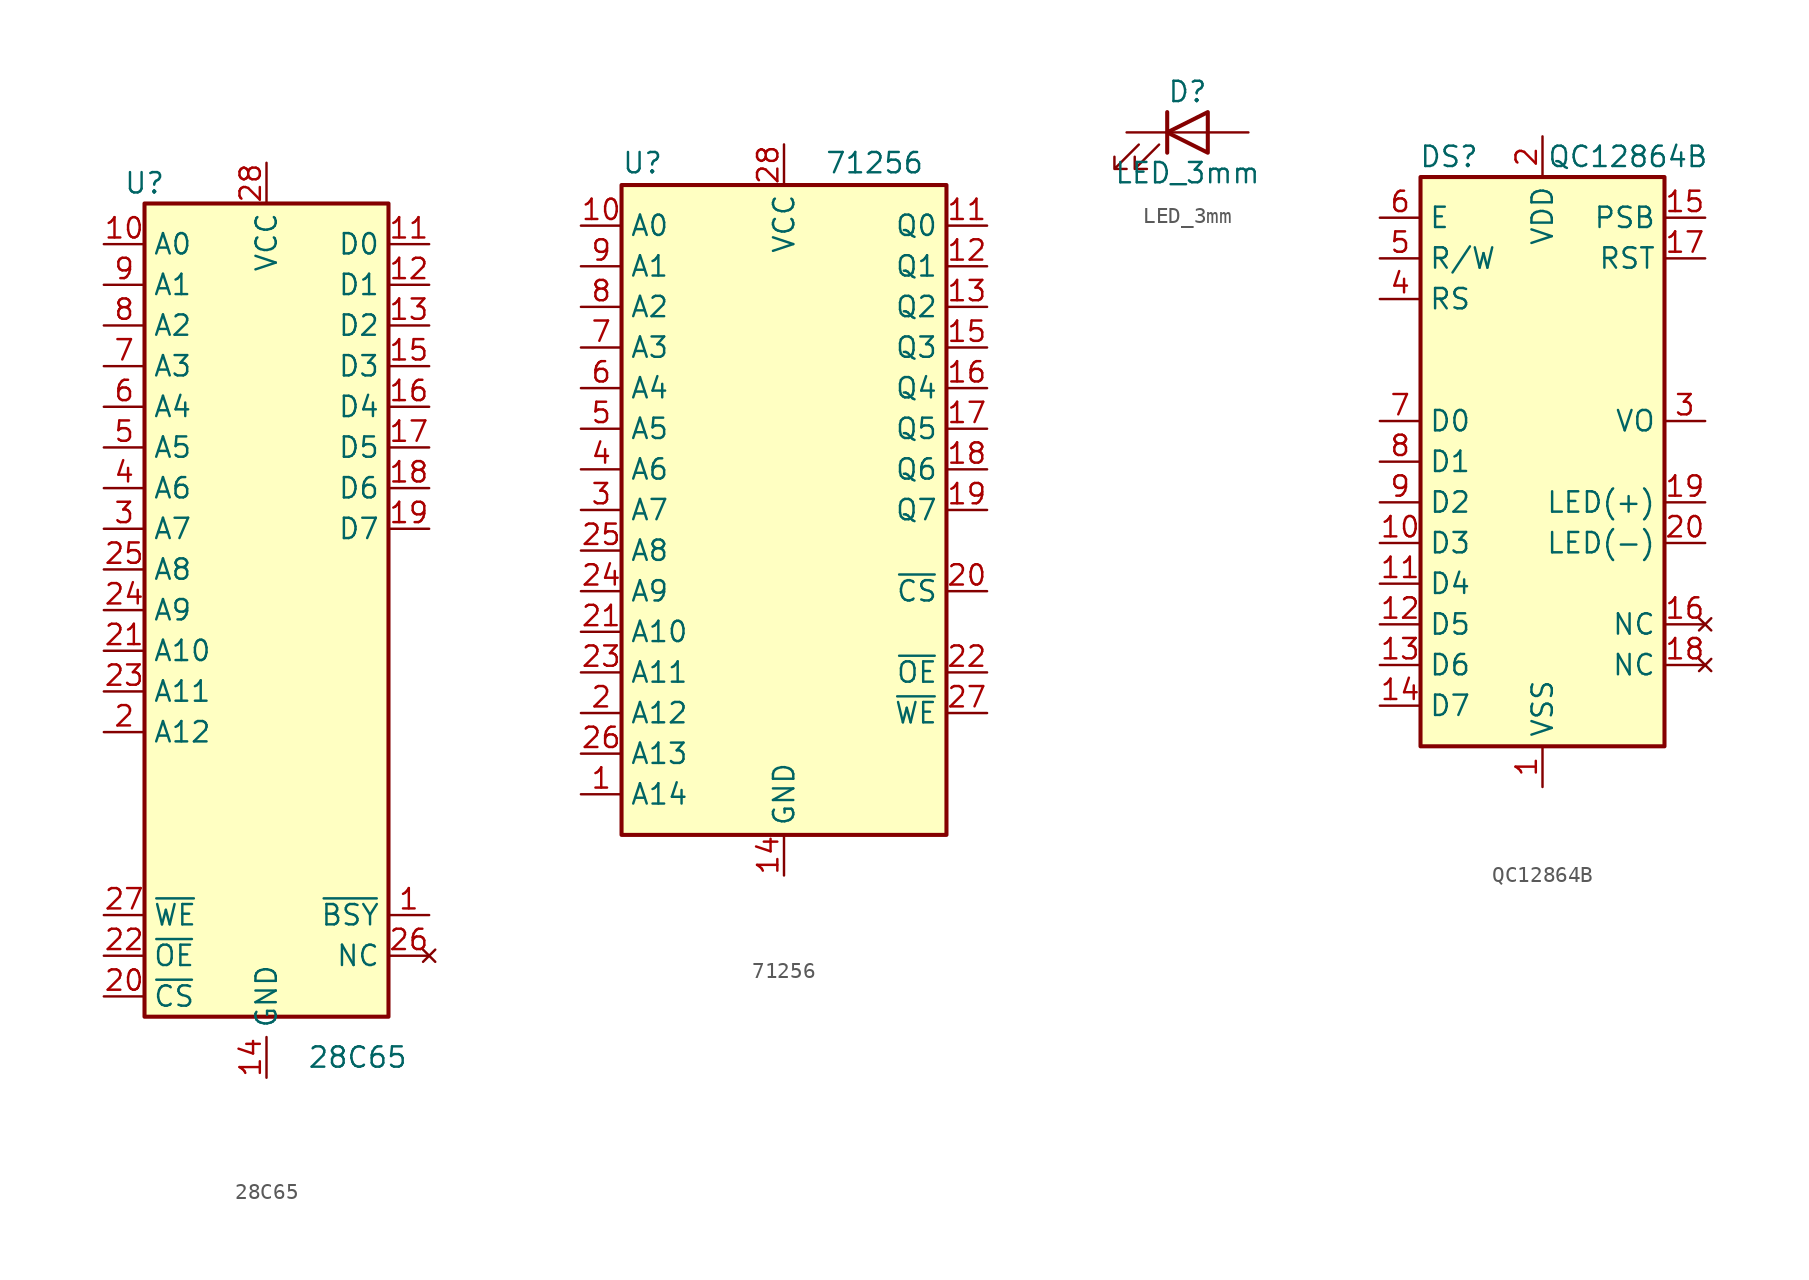
<source format=kicad_sym>
(kicad_symbol_lib
  (version 20220914)
  (generator kicad_symbol_editor)
  (symbol "28C65"
    (property "Reference" "U"
      (at -7.62 26.67 0)
      (effects (font (size 1.27 1.27))))
    (property "Value" "28C65"
      (at 2.54 -27.94 0)
      (effects (font (size 1.27 1.27)) (justify left)))
    (symbol "28C65_1_1"
      (rectangle (start -7.62 25.4) (end 7.62 -25.4) (stroke (width 0.254) (type default)) (fill (type background)))
      (pin output line (at 10.16 -19.05 180) (length 2.54) (name "~{BSY}" (effects (font (size 1.27 1.27)))) (number "1" (effects (font (size 1.27 1.27)))))
      (pin input line (at -10.16 22.86 0) (length 2.54) (name "A0" (effects (font (size 1.27 1.27)))) (number "10" (effects (font (size 1.27 1.27)))))
      (pin tri_state line (at 10.16 22.86 180) (length 2.54) (name "D0" (effects (font (size 1.27 1.27)))) (number "11" (effects (font (size 1.27 1.27)))))
      (pin tri_state line (at 10.16 20.32 180) (length 2.54) (name "D1" (effects (font (size 1.27 1.27)))) (number "12" (effects (font (size 1.27 1.27)))))
      (pin tri_state line (at 10.16 17.78 180) (length 2.54) (name "D2" (effects (font (size 1.27 1.27)))) (number "13" (effects (font (size 1.27 1.27)))))
      (pin power_in line (at 0 -29.21 90) (length 2.54) (name "GND" (effects (font (size 1.27 1.27)))) (number "14" (effects (font (size 1.27 1.27)))))
      (pin tri_state line (at 10.16 15.24 180) (length 2.54) (name "D3" (effects (font (size 1.27 1.27)))) (number "15" (effects (font (size 1.27 1.27)))))
      (pin tri_state line (at 10.16 12.7 180) (length 2.54) (name "D4" (effects (font (size 1.27 1.27)))) (number "16" (effects (font (size 1.27 1.27)))))
      (pin tri_state line (at 10.16 10.16 180) (length 2.54) (name "D5" (effects (font (size 1.27 1.27)))) (number "17" (effects (font (size 1.27 1.27)))))
      (pin tri_state line (at 10.16 7.62 180) (length 2.54) (name "D6" (effects (font (size 1.27 1.27)))) (number "18" (effects (font (size 1.27 1.27)))))
      (pin tri_state line (at 10.16 5.08 180) (length 2.54) (name "D7" (effects (font (size 1.27 1.27)))) (number "19" (effects (font (size 1.27 1.27)))))
      (pin input line (at -10.16 -7.62 0) (length 2.54) (name "A12" (effects (font (size 1.27 1.27)))) (number "2" (effects (font (size 1.27 1.27)))))
      (pin input line (at -10.16 -24.13 0) (length 2.54) (name "~{CS}" (effects (font (size 1.27 1.27)))) (number "20" (effects (font (size 1.27 1.27)))))
      (pin input line (at -10.16 -2.54 0) (length 2.54) (name "A10" (effects (font (size 1.27 1.27)))) (number "21" (effects (font (size 1.27 1.27)))))
      (pin input line (at -10.16 -21.59 0) (length 2.54) (name "~{OE}" (effects (font (size 1.27 1.27)))) (number "22" (effects (font (size 1.27 1.27)))))
      (pin input line (at -10.16 -5.08 0) (length 2.54) (name "A11" (effects (font (size 1.27 1.27)))) (number "23" (effects (font (size 1.27 1.27)))))
      (pin input line (at -10.16 0 0) (length 2.54) (name "A9" (effects (font (size 1.27 1.27)))) (number "24" (effects (font (size 1.27 1.27)))))
      (pin input line (at -10.16 2.54 0) (length 2.54) (name "A8" (effects (font (size 1.27 1.27)))) (number "25" (effects (font (size 1.27 1.27)))))
      (pin no_connect line (at 10.16 -21.59 180) (length 2.54) (name "NC" (effects (font (size 1.27 1.27)))) (number "26" (effects (font (size 1.27 1.27)))))
      (pin input line (at -10.16 -19.05 0) (length 2.54) (name "~{WE}" (effects (font (size 1.27 1.27)))) (number "27" (effects (font (size 1.27 1.27)))))
      (pin power_in line (at 0 27.94 270) (length 2.54) (name "VCC" (effects (font (size 1.27 1.27)))) (number "28" (effects (font (size 1.27 1.27)))))
      (pin input line (at -10.16 5.08 0) (length 2.54) (name "A7" (effects (font (size 1.27 1.27)))) (number "3" (effects (font (size 1.27 1.27)))))
      (pin input line (at -10.16 7.62 0) (length 2.54) (name "A6" (effects (font (size 1.27 1.27)))) (number "4" (effects (font (size 1.27 1.27)))))
      (pin input line (at -10.16 10.16 0) (length 2.54) (name "A5" (effects (font (size 1.27 1.27)))) (number "5" (effects (font (size 1.27 1.27)))))
      (pin input line (at -10.16 12.7 0) (length 2.54) (name "A4" (effects (font (size 1.27 1.27)))) (number "6" (effects (font (size 1.27 1.27)))))
      (pin input line (at -10.16 15.24 0) (length 2.54) (name "A3" (effects (font (size 1.27 1.27)))) (number "7" (effects (font (size 1.27 1.27)))))
      (pin input line (at -10.16 17.78 0) (length 2.54) (name "A2" (effects (font (size 1.27 1.27)))) (number "8" (effects (font (size 1.27 1.27)))))
      (pin input line (at -10.16 20.32 0) (length 2.54) (name "A1" (effects (font (size 1.27 1.27)))) (number "9" (effects (font (size 1.27 1.27)))))))
  (symbol "71256"
    (property "Reference" "U"
      (at -10.16 20.955 0)
      (effects (font (size 1.27 1.27)) (justify left bottom)))
    (property "Value" "71256"
      (at 2.54 20.955 0)
      (effects (font (size 1.27 1.27)) (justify left bottom)))
    (symbol "71256_0_0"
      (pin power_in line (at 0 -22.86 90) (length 2.54) (name "GND" (effects (font (size 1.27 1.27)))) (number "14" (effects (font (size 1.27 1.27)))))
      (pin power_in line (at 0 22.86 270) (length 2.54) (name "VCC" (effects (font (size 1.27 1.27)))) (number "28" (effects (font (size 1.27 1.27))))))
    (symbol "71256_0_1"
      (rectangle (start -10.16 20.32) (end 10.16 -20.32) (stroke (width 0.254) (type default)) (fill (type background))))
    (symbol "71256_1_1"
      (pin input line (at -12.7 -17.78 0) (length 2.54) (name "A14" (effects (font (size 1.27 1.27)))) (number "1" (effects (font (size 1.27 1.27)))))
      (pin input line (at -12.7 17.78 0) (length 2.54) (name "A0" (effects (font (size 1.27 1.27)))) (number "10" (effects (font (size 1.27 1.27)))))
      (pin tri_state line (at 12.7 17.78 180) (length 2.54) (name "Q0" (effects (font (size 1.27 1.27)))) (number "11" (effects (font (size 1.27 1.27)))))
      (pin tri_state line (at 12.7 15.24 180) (length 2.54) (name "Q1" (effects (font (size 1.27 1.27)))) (number "12" (effects (font (size 1.27 1.27)))))
      (pin tri_state line (at 12.7 12.7 180) (length 2.54) (name "Q2" (effects (font (size 1.27 1.27)))) (number "13" (effects (font (size 1.27 1.27)))))
      (pin tri_state line (at 12.7 10.16 180) (length 2.54) (name "Q3" (effects (font (size 1.27 1.27)))) (number "15" (effects (font (size 1.27 1.27)))))
      (pin tri_state line (at 12.7 7.62 180) (length 2.54) (name "Q4" (effects (font (size 1.27 1.27)))) (number "16" (effects (font (size 1.27 1.27)))))
      (pin tri_state line (at 12.7 5.08 180) (length 2.54) (name "Q5" (effects (font (size 1.27 1.27)))) (number "17" (effects (font (size 1.27 1.27)))))
      (pin tri_state line (at 12.7 2.54 180) (length 2.54) (name "Q6" (effects (font (size 1.27 1.27)))) (number "18" (effects (font (size 1.27 1.27)))))
      (pin tri_state line (at 12.7 0 180) (length 2.54) (name "Q7" (effects (font (size 1.27 1.27)))) (number "19" (effects (font (size 1.27 1.27)))))
      (pin input line (at -12.7 -12.7 0) (length 2.54) (name "A12" (effects (font (size 1.27 1.27)))) (number "2" (effects (font (size 1.27 1.27)))))
      (pin input line (at 12.7 -5.08 180) (length 2.54) (name "~{CS}" (effects (font (size 1.27 1.27)))) (number "20" (effects (font (size 1.27 1.27)))))
      (pin input line (at -12.7 -7.62 0) (length 2.54) (name "A10" (effects (font (size 1.27 1.27)))) (number "21" (effects (font (size 1.27 1.27)))))
      (pin input line (at 12.7 -10.16 180) (length 2.54) (name "~{OE}" (effects (font (size 1.27 1.27)))) (number "22" (effects (font (size 1.27 1.27)))))
      (pin input line (at -12.7 -10.16 0) (length 2.54) (name "A11" (effects (font (size 1.27 1.27)))) (number "23" (effects (font (size 1.27 1.27)))))
      (pin input line (at -12.7 -5.08 0) (length 2.54) (name "A9" (effects (font (size 1.27 1.27)))) (number "24" (effects (font (size 1.27 1.27)))))
      (pin input line (at -12.7 -2.54 0) (length 2.54) (name "A8" (effects (font (size 1.27 1.27)))) (number "25" (effects (font (size 1.27 1.27)))))
      (pin input line (at -12.7 -15.24 0) (length 2.54) (name "A13" (effects (font (size 1.27 1.27)))) (number "26" (effects (font (size 1.27 1.27)))))
      (pin input line (at 12.7 -12.7 180) (length 2.54) (name "~{WE}" (effects (font (size 1.27 1.27)))) (number "27" (effects (font (size 1.27 1.27)))))
      (pin input line (at -12.7 0 0) (length 2.54) (name "A7" (effects (font (size 1.27 1.27)))) (number "3" (effects (font (size 1.27 1.27)))))
      (pin input line (at -12.7 2.54 0) (length 2.54) (name "A6" (effects (font (size 1.27 1.27)))) (number "4" (effects (font (size 1.27 1.27)))))
      (pin input line (at -12.7 5.08 0) (length 2.54) (name "A5" (effects (font (size 1.27 1.27)))) (number "5" (effects (font (size 1.27 1.27)))))
      (pin input line (at -12.7 7.62 0) (length 2.54) (name "A4" (effects (font (size 1.27 1.27)))) (number "6" (effects (font (size 1.27 1.27)))))
      (pin input line (at -12.7 10.16 0) (length 2.54) (name "A3" (effects (font (size 1.27 1.27)))) (number "7" (effects (font (size 1.27 1.27)))))
      (pin input line (at -12.7 12.7 0) (length 2.54) (name "A2" (effects (font (size 1.27 1.27)))) (number "8" (effects (font (size 1.27 1.27)))))
      (pin input line (at -12.7 15.24 0) (length 2.54) (name "A1" (effects (font (size 1.27 1.27)))) (number "9" (effects (font (size 1.27 1.27)))))))
  (symbol "LED_3mm"
    (pin_numbers hide)
    (pin_names
      (offset 1.016) hide)
    (property "Reference" "D"
      (at 0 2.54 0)
      (effects (font (size 1.27 1.27))))
    (property "Value" "LED_3mm"
      (at 0 -2.54 0)
      (effects (font (size 1.27 1.27))))
    (symbol "LED_3mm_0_1"
      (polyline (pts (xy -1.27 -1.27) (xy -1.27 1.27)) (stroke (width 0.254) (type default)) (fill (type none)))
      (polyline (pts (xy -1.27 0) (xy 1.27 0)) (stroke (width 0) (type default)) (fill (type none)))
      (polyline (pts (xy 1.27 -1.27) (xy 1.27 1.27) (xy -1.27 0) (xy 1.27 -1.27)) (stroke (width 0.254) (type default)) (fill (type none)))
      (polyline (pts (xy -3.048 -0.762) (xy -4.572 -2.286) (xy -3.81 -2.286) (xy -4.572 -2.286) (xy -4.572 -1.524)) (stroke (width 0) (type default)) (fill (type none)))
      (polyline (pts (xy -1.778 -0.762) (xy -3.302 -2.286) (xy -2.54 -2.286) (xy -3.302 -2.286) (xy -3.302 -1.524)) (stroke (width 0) (type default)) (fill (type none))))
    (symbol "LED_3mm_1_1"
      (pin passive line (at -3.81 0 0) (length 2.54) (name "K" (effects (font (size 1.27 1.27)))) (number "1" (effects (font (size 1.27 1.27)))))
      (pin passive line (at 3.81 0 180) (length 2.54) (name "A" (effects (font (size 1.27 1.27)))) (number "2" (effects (font (size 1.27 1.27)))))))
  (symbol "QC12864B"
    (property "Reference" "DS"
      (at -5.842 19.05 0)
      (effects (font (size 1.27 1.27))))
    (property "Value" "QC12864B"
      (at 5.334 19.05 0)
      (effects (font (size 1.27 1.27))))
    (symbol "QC12864B_1_0"
      (pin input line (at 10.16 15.24 180) (length 2.54) (name "PSB" (effects (font (size 1.27 1.27)))) (number "15" (effects (font (size 1.27 1.27)))))
      (pin no_connect line (at 10.16 -10.16 180) (length 2.54) (name "NC" (effects (font (size 1.27 1.27)))) (number "16" (effects (font (size 1.27 1.27)))))
      (pin input line (at 10.16 12.7 180) (length 2.54) (name "RST" (effects (font (size 1.27 1.27)))) (number "17" (effects (font (size 1.27 1.27)))))
      (pin no_connect line (at 10.16 -12.7 180) (length 2.54) (name "NC" (effects (font (size 1.27 1.27)))) (number "18" (effects (font (size 1.27 1.27))))))
    (symbol "QC12864B_1_1"
      (rectangle (start -7.62 17.78) (end 7.62 -17.78) (stroke (width 0.254) (type default)) (fill (type background)))
      (pin power_in line (at 0 -20.32 90) (length 2.54) (name "VSS" (effects (font (size 1.27 1.27)))) (number "1" (effects (font (size 1.27 1.27)))))
      (pin input line (at -10.16 -5.08 0) (length 2.54) (name "D3" (effects (font (size 1.27 1.27)))) (number "10" (effects (font (size 1.27 1.27)))))
      (pin input line (at -10.16 -7.62 0) (length 2.54) (name "D4" (effects (font (size 1.27 1.27)))) (number "11" (effects (font (size 1.27 1.27)))))
      (pin input line (at -10.16 -10.16 0) (length 2.54) (name "D5" (effects (font (size 1.27 1.27)))) (number "12" (effects (font (size 1.27 1.27)))))
      (pin input line (at -10.16 -12.7 0) (length 2.54) (name "D6" (effects (font (size 1.27 1.27)))) (number "13" (effects (font (size 1.27 1.27)))))
      (pin input line (at -10.16 -15.24 0) (length 2.54) (name "D7" (effects (font (size 1.27 1.27)))) (number "14" (effects (font (size 1.27 1.27)))))
      (pin power_in line (at 10.16 -2.54 180) (length 2.54) (name "LED(+)" (effects (font (size 1.27 1.27)))) (number "19" (effects (font (size 1.27 1.27)))))
      (pin power_in line (at 0 20.32 270) (length 2.54) (name "VDD" (effects (font (size 1.27 1.27)))) (number "2" (effects (font (size 1.27 1.27)))))
      (pin power_in line (at 10.16 -5.08 180) (length 2.54) (name "LED(-)" (effects (font (size 1.27 1.27)))) (number "20" (effects (font (size 1.27 1.27)))))
      (pin input line (at 10.16 2.54 180) (length 2.54) (name "VO" (effects (font (size 1.27 1.27)))) (number "3" (effects (font (size 1.27 1.27)))))
      (pin input line (at -10.16 10.16 0) (length 2.54) (name "RS" (effects (font (size 1.27 1.27)))) (number "4" (effects (font (size 1.27 1.27)))))
      (pin input line (at -10.16 12.7 0) (length 2.54) (name "R/W" (effects (font (size 1.27 1.27)))) (number "5" (effects (font (size 1.27 1.27)))))
      (pin input line (at -10.16 15.24 0) (length 2.54) (name "E" (effects (font (size 1.27 1.27)))) (number "6" (effects (font (size 1.27 1.27)))))
      (pin input line (at -10.16 2.54 0) (length 2.54) (name "D0" (effects (font (size 1.27 1.27)))) (number "7" (effects (font (size 1.27 1.27)))))
      (pin input line (at -10.16 0 0) (length 2.54) (name "D1" (effects (font (size 1.27 1.27)))) (number "8" (effects (font (size 1.27 1.27)))))
      (pin input line (at -10.16 -2.54 0) (length 2.54) (name "D2" (effects (font (size 1.27 1.27)))) (number "9" (effects (font (size 1.27 1.27))))))))
</source>
